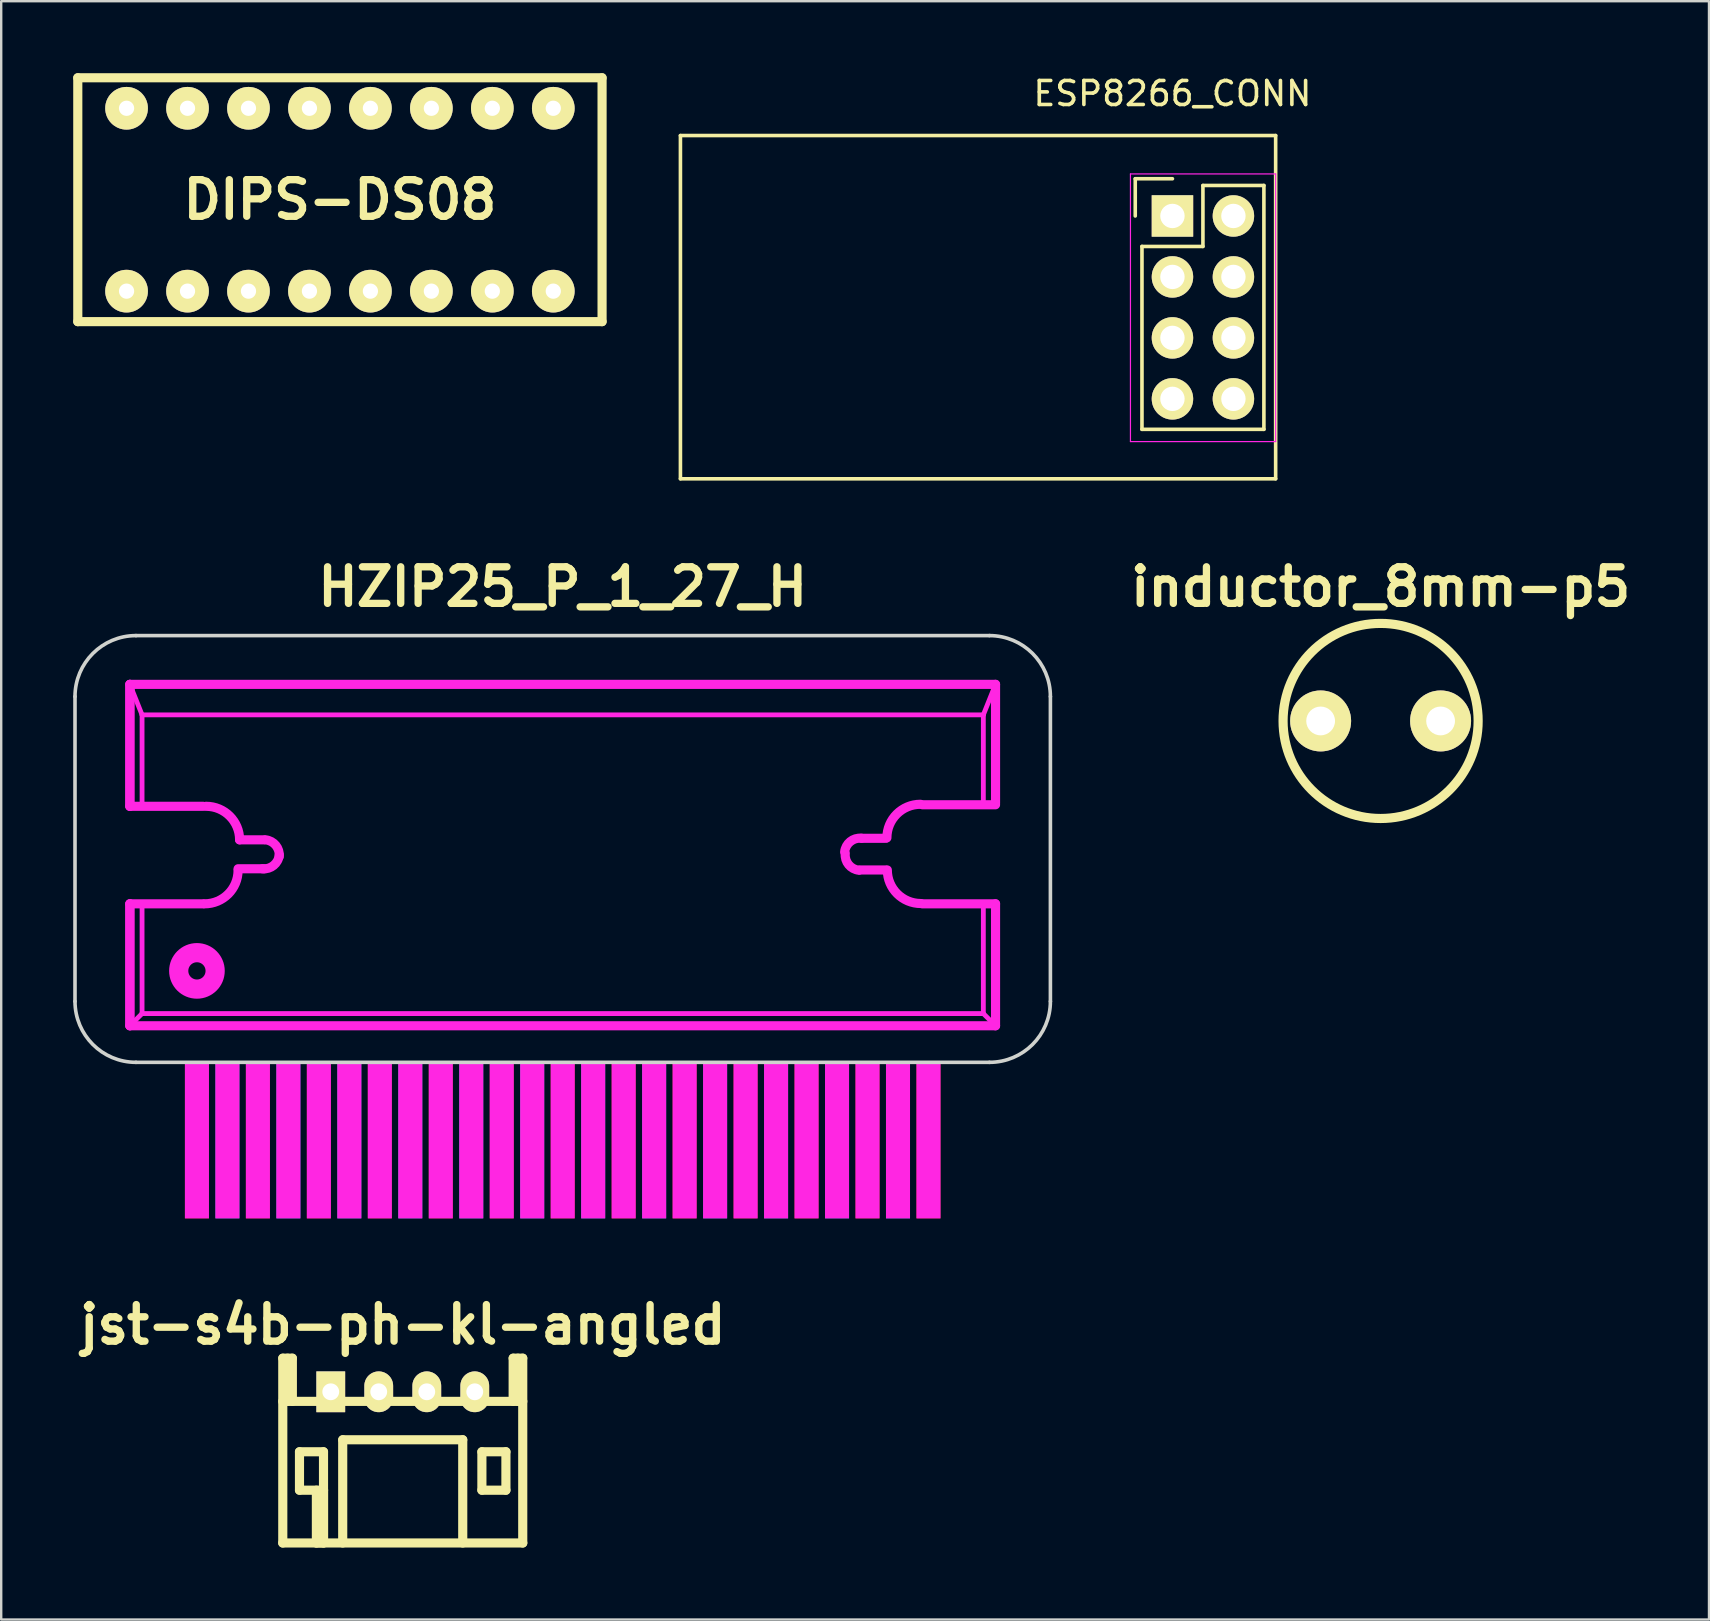
<source format=kicad_pcb>
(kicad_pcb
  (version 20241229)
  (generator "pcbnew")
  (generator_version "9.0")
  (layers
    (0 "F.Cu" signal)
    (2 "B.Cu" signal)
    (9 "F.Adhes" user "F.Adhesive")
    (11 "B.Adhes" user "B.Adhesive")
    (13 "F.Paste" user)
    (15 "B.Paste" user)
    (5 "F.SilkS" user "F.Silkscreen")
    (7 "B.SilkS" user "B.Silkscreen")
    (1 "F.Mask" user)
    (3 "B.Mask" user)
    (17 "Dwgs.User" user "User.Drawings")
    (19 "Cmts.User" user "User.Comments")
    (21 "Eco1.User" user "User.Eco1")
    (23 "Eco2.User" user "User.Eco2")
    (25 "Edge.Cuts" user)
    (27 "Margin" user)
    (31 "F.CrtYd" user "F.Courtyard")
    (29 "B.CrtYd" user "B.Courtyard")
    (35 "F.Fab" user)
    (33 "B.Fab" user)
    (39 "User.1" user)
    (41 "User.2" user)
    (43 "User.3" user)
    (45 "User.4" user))
  (footprint "HZIP25_P_1_27_H"
    (layer "F.Cu")
    (at 20.395 36.132)
    (property "Reference" "HZIP25_P_1_27_H" (at 0 -14.732 0) (layer "F.SilkS") (effects (font (size 1.524 1.524) (thickness 0.305))))
    (attr through_hole)
    (fp_line (start -20.32 2.54) (end -20.32 -10.16) (stroke (width 0.15) (type solid)) (layer "Edge.Cuts"))
    (fp_line (start -17.78 -12.7) (end 17.78 -12.7) (stroke (width 0.15) (type solid)) (layer "Edge.Cuts"))
    (fp_line (start -17.78 5.08) (end 17.78 5.08) (stroke (width 0.15) (type solid)) (layer "Edge.Cuts"))
    (fp_line (start 20.32 -10.16) (end 20.32 2.54) (stroke (width 0.15) (type solid)) (layer "Edge.Cuts"))
    (fp_arc (start -20.32 -10.16) (mid -19.576051 -11.956051) (end -17.78 -12.7) (stroke (width 0.15) (type solid)) (layer "Edge.Cuts"))
    (fp_arc (start -17.78 5.08) (mid -19.576051 4.336051) (end -20.32 2.54) (stroke (width 0.15) (type solid)) (layer "Edge.Cuts"))
    (fp_arc (start 17.78 -12.7) (mid 19.576051 -11.956051) (end 20.32 -10.16) (stroke (width 0.15) (type solid)) (layer "Edge.Cuts"))
    (fp_arc (start 20.32 2.54) (mid 19.576051 4.336051) (end 17.78 5.08) (stroke (width 0.15) (type solid)) (layer "Edge.Cuts"))
    (fp_line (start -18.034 -10.668) (end -18.034 -5.588) (stroke (width 0.381) (type solid)) (layer "F.CrtYd"))
    (fp_line (start -18.034 -10.668) (end -18.034 -5.588) (stroke (width 0.381) (type solid)) (layer "F.CrtYd"))
    (fp_line (start -18.034 -10.668) (end -17.526 -9.398) (stroke (width 0.201) (type solid)) (layer "F.CrtYd"))
    (fp_line (start -18.034 -10.668) (end 18.034 -10.668) (stroke (width 0.381) (type solid)) (layer "F.CrtYd"))
    (fp_line (start -18.034 -5.588) (end -14.986 -5.588) (stroke (width 0.381) (type solid)) (layer "F.CrtYd"))
    (fp_line (start -18.034 -1.524) (end -14.986 -1.524) (stroke (width 0.381) (type solid)) (layer "F.CrtYd"))
    (fp_line (start -18.034 3.556) (end -18.034 -1.524) (stroke (width 0.381) (type solid)) (layer "F.CrtYd"))
    (fp_line (start -18.034 3.556) (end -18.034 -1.524) (stroke (width 0.381) (type solid)) (layer "F.CrtYd"))
    (fp_line (start -18.034 3.556) (end -17.526 3.048) (stroke (width 0.201) (type solid)) (layer "F.CrtYd"))
    (fp_line (start -18.034 3.556) (end 18.034 3.556) (stroke (width 0.381) (type solid)) (layer "F.CrtYd"))
    (fp_line (start -17.526 -9.398) (end -17.526 -5.588) (stroke (width 0.201) (type solid)) (layer "F.CrtYd"))
    (fp_line (start -17.526 -9.398) (end 17.526 -9.398) (stroke (width 0.201) (type solid)) (layer "F.CrtYd"))
    (fp_line (start -17.526 3.048) (end -17.526 -1.524) (stroke (width 0.201) (type solid)) (layer "F.CrtYd"))
    (fp_line (start -17.526 3.048) (end 17.526 3.048) (stroke (width 0.201) (type solid)) (layer "F.CrtYd"))
    (fp_line (start -13.525 -2.985) (end -12.446 -2.985) (stroke (width 0.381) (type solid)) (layer "F.CrtYd"))
    (fp_line (start -13.462 -4.191) (end -12.446 -4.191) (stroke (width 0.381) (type solid)) (layer "F.CrtYd"))
    (fp_line (start 12.383 -2.934) (end 13.462 -2.934) (stroke (width 0.381) (type solid)) (layer "F.CrtYd"))
    (fp_line (start 12.446 -4.255) (end 13.462 -4.255) (stroke (width 0.381) (type solid)) (layer "F.CrtYd"))
    (fp_line (start 14.986 -5.652) (end 18.034 -5.652) (stroke (width 0.381) (type solid)) (layer "F.CrtYd"))
    (fp_line (start 14.986 -1.524) (end 18.034 -1.524) (stroke (width 0.381) (type solid)) (layer "F.CrtYd"))
    (fp_line (start 17.526 -9.398) (end 17.526 -5.588) (stroke (width 0.201) (type solid)) (layer "F.CrtYd"))
    (fp_line (start 17.526 3.048) (end 17.526 -1.524) (stroke (width 0.201) (type solid)) (layer "F.CrtYd"))
    (fp_line (start 18.034 -10.668) (end 17.526 -9.398) (stroke (width 0.201) (type solid)) (layer "F.CrtYd"))
    (fp_line (start 18.034 -10.668) (end 18.034 -5.715) (stroke (width 0.381) (type solid)) (layer "F.CrtYd"))
    (fp_line (start 18.034 3.556) (end 17.526 3.048) (stroke (width 0.201) (type solid)) (layer "F.CrtYd"))
    (fp_line (start 18.034 3.556) (end 18.034 -1.524) (stroke (width 0.381) (type solid)) (layer "F.CrtYd"))
    (fp_arc (start -14.859 -5.588) (mid -13.871172 -5.178828) (end -13.462 -4.191) (stroke (width 0.381) (type solid)) (layer "F.CrtYd"))
    (fp_arc (start -13.5255 -2.921) (mid -13.934672 -1.933172) (end -14.9225 -1.524) (stroke (width 0.381) (type solid)) (layer "F.CrtYd"))
    (fp_arc (start -12.3825 -4.191) (mid -11.952086 -3.960112) (end -11.811 -3.4925) (stroke (width 0.381) (type solid)) (layer "F.CrtYd"))
    (fp_arc (start -11.811 -3.556) (mid -12.041888 -3.125586) (end -12.5095 -2.9845) (stroke (width 0.381) (type solid)) (layer "F.CrtYd"))
    (fp_arc (start 11.7475 -3.68554) (mid 11.978388 -4.115954) (end 12.446 -4.25704) (stroke (width 0.381) (type solid)) (layer "F.CrtYd"))
    (fp_arc (start 12.3444 -2.92354) (mid 11.913986 -3.154428) (end 11.7729 -3.62204) (stroke (width 0.381) (type solid)) (layer "F.CrtYd"))
    (fp_arc (start 13.50772 -4.27482) (mid 13.916892 -5.262648) (end 14.90472 -5.67182) (stroke (width 0.381) (type solid)) (layer "F.CrtYd"))
    (fp_arc (start 14.9225 -1.5367) (mid 13.934672 -1.945872) (end 13.5255 -2.9337) (stroke (width 0.381) (type solid)) (layer "F.CrtYd"))
    (fp_circle (center -15.24 1.27) (end -14.986 1.524) (stroke (width 0.8) (type solid)) (fill no) (layer "F.CrtYd"))
    (pad "1" smd rect (at -15.24 8.731) (size 1.001 6.5) (drill (offset 0 -0.399)) (layers "F.Cu" "F.Mask" "F.CrtYd"))
    (pad "2" smd rect (at -13.97 8.731) (size 1.001 6.5) (drill (offset 0 -0.399)) (layers "B.Cu" "B.Mask" "F.CrtYd"))
    (pad "3" smd rect (at -12.7 8.731) (size 1.001 6.5) (drill (offset 0 -0.399)) (layers "F.Cu" "F.Mask" "F.CrtYd"))
    (pad "4" smd rect (at -11.43 8.731) (size 1.001 6.5) (drill (offset 0 -0.399)) (layers "B.Cu" "B.Mask" "F.CrtYd"))
    (pad "5" smd rect (at -10.16 8.731) (size 1.001 6.5) (drill (offset 0 -0.399)) (layers "F.Cu" "F.Mask" "F.CrtYd"))
    (pad "6" smd rect (at -8.89 8.731) (size 1.001 6.5) (drill (offset 0 -0.399)) (layers "B.Cu" "B.Mask" "F.CrtYd"))
    (pad "7" smd rect (at -7.62 8.731) (size 1.001 6.5) (drill (offset 0 -0.399)) (layers "F.Cu" "F.Mask" "F.CrtYd"))
    (pad "8" smd rect (at -6.35 8.731) (size 1.001 6.5) (drill (offset 0 -0.399)) (layers "B.Cu" "B.Mask" "F.CrtYd"))
    (pad "9" smd rect (at -5.08 8.731) (size 1.001 6.5) (drill (offset 0 -0.399)) (layers "F.Cu" "F.Mask" "F.CrtYd"))
    (pad "10" smd rect (at -3.81 8.731) (size 1.001 6.5) (drill (offset 0 -0.399)) (layers "B.Cu" "B.Mask" "F.CrtYd"))
    (pad "11" smd rect (at -2.54 8.731) (size 1.001 6.5) (drill (offset 0 -0.399)) (layers "F.Cu" "F.Mask" "F.CrtYd"))
    (pad "12" smd rect (at -1.27 8.731) (size 1.001 6.5) (drill (offset 0 -0.399)) (layers "B.Cu" "B.Mask" "F.CrtYd"))
    (pad "13" smd rect (at 0 8.731) (size 1.001 6.5) (drill (offset 0 -0.399)) (layers "F.Cu" "F.Mask" "F.CrtYd"))
    (pad "14" smd rect (at 1.27 8.731) (size 1.001 6.5) (drill (offset 0 -0.399)) (layers "B.Cu" "B.Mask" "F.CrtYd"))
    (pad "15" smd rect (at 2.54 8.731) (size 1.001 6.5) (drill (offset 0 -0.399)) (layers "F.Cu" "F.Mask" "F.CrtYd"))
    (pad "16" smd rect (at 3.81 8.731) (size 1.001 6.5) (drill (offset 0 -0.399)) (layers "B.Cu" "B.Mask" "F.CrtYd"))
    (pad "17" smd rect (at 5.08 8.731) (size 1.001 6.5) (drill (offset 0 -0.399)) (layers "F.Cu" "F.Mask" "F.CrtYd"))
    (pad "18" smd rect (at 6.35 8.731) (size 1.001 6.5) (drill (offset 0 -0.399)) (layers "B.Cu" "B.Mask" "F.CrtYd"))
    (pad "19" smd rect (at 7.62 8.731) (size 1.001 6.5) (drill (offset 0 -0.399)) (layers "F.Cu" "F.Mask" "F.CrtYd"))
    (pad "20" smd rect (at 8.89 8.731) (size 1.001 6.5) (drill (offset 0 -0.399)) (layers "B.Cu" "B.Mask" "F.CrtYd"))
    (pad "21" smd rect (at 10.16 8.731) (size 1.001 6.5) (drill (offset 0 -0.399)) (layers "F.Cu" "F.Mask" "F.CrtYd"))
    (pad "22" smd rect (at 11.43 8.731) (size 1.001 6.5) (drill (offset 0 -0.399)) (layers "B.Cu" "B.Mask" "F.CrtYd"))
    (pad "23" smd rect (at 12.7 8.731) (size 1.001 6.5) (drill (offset 0 -0.399)) (layers "F.Cu" "F.Mask" "F.CrtYd"))
    (pad "24" smd rect (at 13.97 8.731) (size 1.001 6.5) (drill (offset 0 -0.399)) (layers "B.Cu" "B.Mask" "F.CrtYd"))
    (pad "25" smd rect (at 15.24 8.731) (size 1.001 6.5) (drill (offset 0 -0.399)) (layers "F.Cu" "F.Mask" "F.CrtYd")))
  (footprint "jst-s4b-ph-kl-angled"
    (layer "F.Cu")
    (at 13.731 54.939)
    (property "Reference" "jst-s4b-ph-kl-angled" (at 0 -2.799 0) (layer "F.SilkS") (effects (font (size 1.524 1.524) (thickness 0.305))))
    (attr through_hole)
    (fp_line (start -5.001 0.399) (end 5.001 0.399) (stroke (width 0.381) (type solid)) (layer "F.SilkS"))
    (fp_line (start -5.001 6.299) (end 5.001 6.299) (stroke (width 0.381) (type solid)) (layer "F.SilkS"))
    (fp_line (start -4.999 -1.4) (end -4.999 6.299) (stroke (width 0.381) (type solid)) (layer "F.SilkS"))
    (fp_line (start -4.798 -1.4) (end -4.798 0.399) (stroke (width 0.381) (type solid)) (layer "F.SilkS"))
    (fp_line (start -4.6 -1.4) (end -4.999 -1.4) (stroke (width 0.381) (type solid)) (layer "F.SilkS"))
    (fp_line (start -4.6 0.399) (end -4.6 -1.4) (stroke (width 0.381) (type solid)) (layer "F.SilkS"))
    (fp_line (start -4.303 2.499) (end -3.302 2.499) (stroke (width 0.381) (type solid)) (layer "F.SilkS"))
    (fp_line (start -4.303 4.1) (end -4.303 2.499) (stroke (width 0.381) (type solid)) (layer "F.SilkS"))
    (fp_line (start -3.599 6.299) (end -3.599 4.1) (stroke (width 0.381) (type solid)) (layer "F.SilkS"))
    (fp_line (start -3.302 2.499) (end -3.302 4.1) (stroke (width 0.381) (type solid)) (layer "F.SilkS"))
    (fp_line (start -3.302 4.1) (end -4.303 4.1) (stroke (width 0.381) (type solid)) (layer "F.SilkS"))
    (fp_line (start -3.299 4.1) (end -3.299 6.299) (stroke (width 0.381) (type solid)) (layer "F.SilkS"))
    (fp_line (start -3.299 6.299) (end -3.599 6.299) (stroke (width 0.381) (type solid)) (layer "F.SilkS"))
    (fp_line (start -2.502 1.999) (end -2.502 6.299) (stroke (width 0.381) (type solid)) (layer "F.SilkS"))
    (fp_line (start 2.499 1.999) (end -2.499 1.999) (stroke (width 0.381) (type solid)) (layer "F.SilkS"))
    (fp_line (start 2.499 1.999) (end 2.499 6.299) (stroke (width 0.381) (type solid)) (layer "F.SilkS"))
    (fp_line (start 3.297 2.499) (end 4.298 2.499) (stroke (width 0.381) (type solid)) (layer "F.SilkS"))
    (fp_line (start 3.297 4.1) (end 3.297 2.499) (stroke (width 0.381) (type solid)) (layer "F.SilkS"))
    (fp_line (start 4.298 2.499) (end 4.298 4.1) (stroke (width 0.381) (type solid)) (layer "F.SilkS"))
    (fp_line (start 4.298 4.1) (end 3.297 4.1) (stroke (width 0.381) (type solid)) (layer "F.SilkS"))
    (fp_line (start 4.6 -1.4) (end 4.6 0.399) (stroke (width 0.381) (type solid)) (layer "F.SilkS"))
    (fp_line (start 4.798 -1.4) (end 4.798 0.399) (stroke (width 0.381) (type solid)) (layer "F.SilkS"))
    (fp_line (start 4.999 -1.4) (end 4.6 -1.4) (stroke (width 0.381) (type solid)) (layer "F.SilkS"))
    (fp_line (start 4.999 6.299) (end 4.999 -1.4) (stroke (width 0.381) (type solid)) (layer "F.SilkS"))
    (pad "1" thru_hole rect (at -3 0) (size 1.199 1.699) (drill 0.701) (layers "*.Cu" "*.Mask" "F.SilkS"))
    (pad "2" thru_hole oval (at -1.001 0) (size 1.199 1.699) (drill 0.701) (layers "*.Cu" "*.Mask" "F.SilkS"))
    (pad "3" thru_hole oval (at 1.001 0) (size 1.199 1.699) (drill 0.701) (layers "*.Cu" "*.Mask" "F.SilkS"))
    (pad "4" thru_hole oval (at 3 0) (size 1.199 1.699) (drill 0.701) (layers "*.Cu" "*.Mask" "F.SilkS")))
  (footprint "DIPS-DS08"
    (layer "F.Cu")
    (at 11.113 5.271)
    (property "Reference" "DIPS-DS08" (at 0 0 0) (layer "F.SilkS") (effects (font (size 1.524 1.524) (thickness 0.305))))
    (attr through_hole)
    (fp_line (start -10.922 -5.08) (end -10.922 5.08) (stroke (width 0.381) (type solid)) (layer "F.SilkS"))
    (fp_line (start -10.922 -5.08) (end 10.922 -5.08) (stroke (width 0.381) (type solid)) (layer "F.SilkS"))
    (fp_line (start 10.922 -5.08) (end 10.922 5.08) (stroke (width 0.381) (type solid)) (layer "F.SilkS"))
    (fp_line (start 10.922 5.08) (end -10.922 5.08) (stroke (width 0.381) (type solid)) (layer "F.SilkS"))
    (pad "1" thru_hole circle (at -8.89 3.81) (size 1.778 1.778) (drill 0.635) (layers "*.Cu" "*.Mask" "F.SilkS"))
    (pad "2" thru_hole circle (at -6.35 3.81) (size 1.778 1.778) (drill 0.635) (layers "*.Cu" "*.Mask" "F.SilkS"))
    (pad "3" thru_hole circle (at -3.81 3.81) (size 1.778 1.778) (drill 0.635) (layers "*.Cu" "*.Mask" "F.SilkS"))
    (pad "4" thru_hole circle (at -1.27 3.81) (size 1.778 1.778) (drill 0.635) (layers "*.Cu" "*.Mask" "F.SilkS"))
    (pad "5" thru_hole circle (at 1.27 3.81) (size 1.778 1.778) (drill 0.635) (layers "*.Cu" "*.Mask" "F.SilkS"))
    (pad "6" thru_hole circle (at 3.81 3.81) (size 1.778 1.778) (drill 0.635) (layers "*.Cu" "*.Mask" "F.SilkS"))
    (pad "7" thru_hole circle (at 6.35 3.81) (size 1.778 1.778) (drill 0.635) (layers "*.Cu" "*.Mask" "F.SilkS"))
    (pad "8" thru_hole circle (at 8.89 3.81) (size 1.778 1.778) (drill 0.635) (layers "*.Cu" "*.Mask" "F.SilkS"))
    (pad "9" thru_hole circle (at 8.89 -3.81) (size 1.778 1.778) (drill 0.635) (layers "*.Cu" "*.Mask" "F.SilkS"))
    (pad "10" thru_hole circle (at 6.35 -3.81) (size 1.778 1.778) (drill 0.635) (layers "*.Cu" "*.Mask" "F.SilkS"))
    (pad "11" thru_hole circle (at 3.81 -3.81) (size 1.778 1.778) (drill 0.635) (layers "*.Cu" "*.Mask" "F.SilkS"))
    (pad "12" thru_hole circle (at 1.27 -3.81) (size 1.778 1.778) (drill 0.635) (layers "*.Cu" "*.Mask" "F.SilkS"))
    (pad "13" thru_hole circle (at -1.27 -3.81) (size 1.778 1.778) (drill 0.635) (layers "*.Cu" "*.Mask" "F.SilkS"))
    (pad "14" thru_hole circle (at -3.81 -3.81) (size 1.778 1.778) (drill 0.635) (layers "*.Cu" "*.Mask" "F.SilkS"))
    (pad "15" thru_hole circle (at -6.35 -3.81) (size 1.778 1.778) (drill 0.635) (layers "*.Cu" "*.Mask" "F.SilkS"))
    (pad "16" thru_hole circle (at -8.89 -3.81) (size 1.778 1.778) (drill 0.635) (layers "*.Cu" "*.Mask" "F.SilkS")))
  (footprint "inductor_8mm-p5"
    (layer "F.Cu")
    (at 54.473 26.988)
    (property "Reference" "inductor_8mm-p5" (at 0 -5.588 0) (layer "F.SilkS") (effects (font (size 1.524 1.524) (thickness 0.305))))
    (attr through_hole)
    (fp_circle (center 0 0) (end -4.064 0) (stroke (width 0.381) (type solid)) (fill no) (layer "F.SilkS"))
    (pad "1" thru_hole circle (at 2.499 0) (size 2.54 2.54) (drill 1.199) (layers "*.Cu" "*.Mask" "F.SilkS"))
    (pad "2" thru_hole circle (at -2.499 0) (size 2.54 2.54) (drill 1.199) (layers "*.Cu" "*.Mask" "F.SilkS")))
  (footprint "ESP8266_CONN"
    (placed yes)
    (layer "F.Cu")
    (at 50.1 9.748)
    (property "Reference" "ESP8266_CONN" (at -4.3 -8.9 0) (layer "F.SilkS") (effects (font (size 1 1) (thickness 0.15))))
    (attr through_hole)
    (fp_line (start -24.8 7.15) (end -24.8 -7.15) (stroke (width 0.15) (type solid)) (layer "F.SilkS"))
    (fp_line (start -5.85 -5.35) (end -5.85 -3.8) (stroke (width 0.15) (type solid)) (layer "F.SilkS"))
    (fp_line (start -5.57 -2.53) (end -5.57 5.09) (stroke (width 0.15) (type solid)) (layer "F.SilkS"))
    (fp_line (start -5.57 5.09) (end -0.49 5.09) (stroke (width 0.15) (type solid)) (layer "F.SilkS"))
    (fp_line (start -4.3 -5.35) (end -5.85 -5.35) (stroke (width 0.15) (type solid)) (layer "F.SilkS"))
    (fp_line (start -3.03 -5.07) (end -3.03 -2.53) (stroke (width 0.15) (type solid)) (layer "F.SilkS"))
    (fp_line (start -3.03 -2.53) (end -5.57 -2.53) (stroke (width 0.15) (type solid)) (layer "F.SilkS"))
    (fp_line (start -0.49 -5.07) (end -3.03 -5.07) (stroke (width 0.15) (type solid)) (layer "F.SilkS"))
    (fp_line (start -0.49 5.09) (end -0.49 -5.07) (stroke (width 0.15) (type solid)) (layer "F.SilkS"))
    (fp_line (start 0 -7.15) (end -24.8 -7.15) (stroke (width 0.15) (type solid)) (layer "F.SilkS"))
    (fp_line (start 0 7.15) (end -24.8 7.15) (stroke (width 0.15) (type solid)) (layer "F.SilkS"))
    (fp_line (start 0 7.15) (end 0 -7.15) (stroke (width 0.15) (type solid)) (layer "F.SilkS"))
    (fp_line (start -6.05 -5.55) (end -6.05 5.6) (stroke (width 0.05) (type solid)) (layer "F.CrtYd"))
    (fp_line (start -6.05 -5.55) (end 0 -5.55) (stroke (width 0.05) (type solid)) (layer "F.CrtYd"))
    (fp_line (start -6.05 5.6) (end 0 5.6) (stroke (width 0.05) (type solid)) (layer "F.CrtYd"))
    (fp_line (start 0 -5.55) (end 0 5.6) (stroke (width 0.05) (type solid)) (layer "F.CrtYd"))
    (pad "1" thru_hole rect (at -4.3 -3.8) (size 1.727 1.727) (drill 1.016) (layers "*.Cu" "*.Mask" "F.SilkS"))
    (pad "2" thru_hole oval (at -1.76 -3.8) (size 1.727 1.727) (drill 1.016) (layers "*.Cu" "*.Mask" "F.SilkS"))
    (pad "3" thru_hole oval (at -4.3 -1.26) (size 1.727 1.727) (drill 1.016) (layers "*.Cu" "*.Mask" "F.SilkS"))
    (pad "4" thru_hole oval (at -1.76 -1.26) (size 1.727 1.727) (drill 1.016) (layers "*.Cu" "*.Mask" "F.SilkS"))
    (pad "5" thru_hole oval (at -4.3 1.28) (size 1.727 1.727) (drill 1.016) (layers "*.Cu" "*.Mask" "F.SilkS"))
    (pad "6" thru_hole oval (at -1.76 1.28) (size 1.727 1.727) (drill 1.016) (layers "*.Cu" "*.Mask" "F.SilkS"))
    (pad "7" thru_hole oval (at -4.3 3.82) (size 1.727 1.727) (drill 1.016) (layers "*.Cu" "*.Mask" "F.SilkS"))
    (pad "8" thru_hole oval (at -1.76 3.82) (size 1.727 1.727) (drill 1.016) (layers "*.Cu" "*.Mask" "F.SilkS")))
  (gr_rect
    (start -3 -3)
    (end 68.155 64.429)
    (stroke (width 0.1) (type default))
    (fill no)
    (layer "Edge.Cuts")))
</source>
